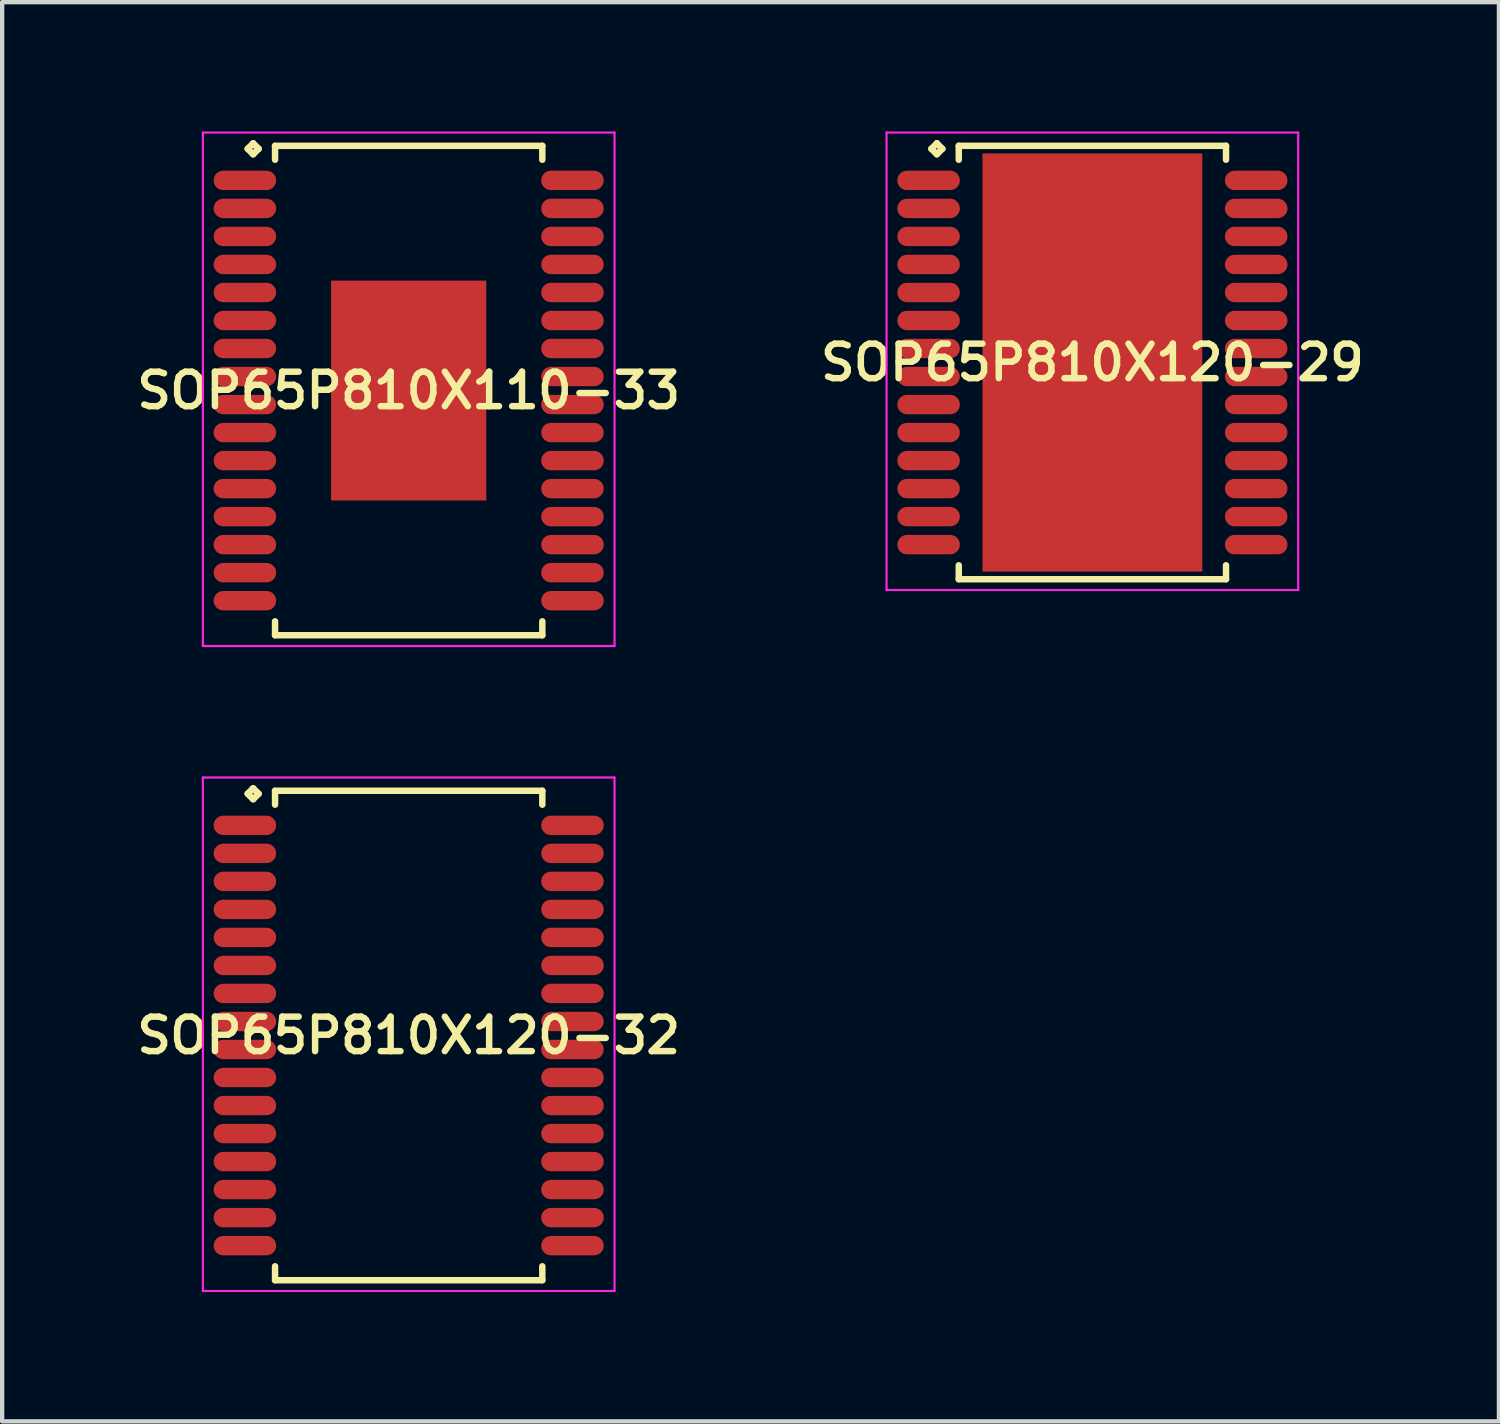
<source format=kicad_pcb>
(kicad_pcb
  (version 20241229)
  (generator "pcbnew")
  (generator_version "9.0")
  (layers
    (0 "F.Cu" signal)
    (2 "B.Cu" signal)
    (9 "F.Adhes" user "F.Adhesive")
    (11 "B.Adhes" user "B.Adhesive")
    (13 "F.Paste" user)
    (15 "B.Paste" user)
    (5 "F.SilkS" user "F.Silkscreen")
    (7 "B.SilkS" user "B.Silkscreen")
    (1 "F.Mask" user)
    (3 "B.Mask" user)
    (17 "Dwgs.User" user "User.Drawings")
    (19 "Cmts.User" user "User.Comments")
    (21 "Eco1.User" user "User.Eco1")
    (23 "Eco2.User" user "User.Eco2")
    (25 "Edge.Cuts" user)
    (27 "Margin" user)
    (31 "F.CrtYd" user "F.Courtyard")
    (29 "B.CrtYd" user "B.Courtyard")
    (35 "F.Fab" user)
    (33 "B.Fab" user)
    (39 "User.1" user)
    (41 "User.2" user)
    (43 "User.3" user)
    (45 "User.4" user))
  (footprint "SOP65P810X120-32"
    (layer "F.Cu")
    (at 6.431 20.972)
    (property "Reference" "SOP65P810X120-32" (at 0 0 0) (layer "F.SilkS") (effects (font (size 0.8 0.8) (thickness 0.15))))
    (attr smd)
    (fp_line (start -3.735 -5.608) (end -3.608 -5.735) (stroke (width 0.15) (type solid)) (layer "F.SilkS"))
    (fp_line (start -3.608 -5.735) (end -3.481 -5.608) (stroke (width 0.15) (type solid)) (layer "F.SilkS"))
    (fp_line (start -3.608 -5.481) (end -3.735 -5.608) (stroke (width 0.15) (type solid)) (layer "F.SilkS"))
    (fp_line (start -3.481 -5.608) (end -3.608 -5.481) (stroke (width 0.15) (type solid)) (layer "F.SilkS"))
    (fp_line (start -3.1 -5.677) (end 3.1 -5.677) (stroke (width 0.15) (type solid)) (layer "F.SilkS"))
    (fp_line (start -3.1 -5.354) (end -3.1 -5.677) (stroke (width 0.15) (type solid)) (layer "F.SilkS"))
    (fp_line (start -3.1 5.354) (end -3.1 5.677) (stroke (width 0.15) (type solid)) (layer "F.SilkS"))
    (fp_line (start -3.1 5.677) (end 3.1 5.677) (stroke (width 0.15) (type solid)) (layer "F.SilkS"))
    (fp_line (start 3.1 -5.677) (end 3.1 -5.354) (stroke (width 0.15) (type solid)) (layer "F.SilkS"))
    (fp_line (start 3.1 5.677) (end 3.1 5.354) (stroke (width 0.15) (type solid)) (layer "F.SilkS"))
    (fp_line (start -4.775 -5.985) (end 4.775 -5.985) (stroke (width 0.05) (type solid)) (layer "F.CrtYd"))
    (fp_line (start -4.775 5.927) (end -4.775 -5.985) (stroke (width 0.05) (type solid)) (layer "F.CrtYd"))
    (fp_line (start 4.775 -5.985) (end 4.775 5.927) (stroke (width 0.05) (type solid)) (layer "F.CrtYd"))
    (fp_line (start 4.775 5.927) (end -4.775 5.927) (stroke (width 0.05) (type solid)) (layer "F.CrtYd"))
    (pad "1" smd oval (at -3.8 -4.875) (size 1.45 0.45) (layers "F.Cu" "F.Mask" "F.Paste"))
    (pad "2" smd oval (at -3.8 -4.225) (size 1.45 0.45) (layers "F.Cu" "F.Mask" "F.Paste"))
    (pad "3" smd oval (at -3.8 -3.575) (size 1.45 0.45) (layers "F.Cu" "F.Mask" "F.Paste"))
    (pad "4" smd oval (at -3.8 -2.925) (size 1.45 0.45) (layers "F.Cu" "F.Mask" "F.Paste"))
    (pad "5" smd oval (at -3.8 -2.275) (size 1.45 0.45) (layers "F.Cu" "F.Mask" "F.Paste"))
    (pad "6" smd oval (at -3.8 -1.625) (size 1.45 0.45) (layers "F.Cu" "F.Mask" "F.Paste"))
    (pad "7" smd oval (at -3.8 -0.975) (size 1.45 0.45) (layers "F.Cu" "F.Mask" "F.Paste"))
    (pad "8" smd oval (at -3.8 -0.325) (size 1.45 0.45) (layers "F.Cu" "F.Mask" "F.Paste"))
    (pad "9" smd oval (at -3.8 0.325) (size 1.45 0.45) (layers "F.Cu" "F.Mask" "F.Paste"))
    (pad "10" smd oval (at -3.8 0.975) (size 1.45 0.45) (layers "F.Cu" "F.Mask" "F.Paste"))
    (pad "11" smd oval (at -3.8 1.625) (size 1.45 0.45) (layers "F.Cu" "F.Mask" "F.Paste"))
    (pad "12" smd oval (at -3.8 2.275) (size 1.45 0.45) (layers "F.Cu" "F.Mask" "F.Paste"))
    (pad "13" smd oval (at -3.8 2.925) (size 1.45 0.45) (layers "F.Cu" "F.Mask" "F.Paste"))
    (pad "14" smd oval (at -3.8 3.575) (size 1.45 0.45) (layers "F.Cu" "F.Mask" "F.Paste"))
    (pad "15" smd oval (at -3.8 4.225) (size 1.45 0.45) (layers "F.Cu" "F.Mask" "F.Paste"))
    (pad "16" smd oval (at -3.8 4.875) (size 1.45 0.45) (layers "F.Cu" "F.Mask" "F.Paste"))
    (pad "17" smd oval (at 3.8 4.875) (size 1.45 0.45) (layers "F.Cu" "F.Mask" "F.Paste"))
    (pad "18" smd oval (at 3.8 4.225) (size 1.45 0.45) (layers "F.Cu" "F.Mask" "F.Paste"))
    (pad "19" smd oval (at 3.8 3.575) (size 1.45 0.45) (layers "F.Cu" "F.Mask" "F.Paste"))
    (pad "20" smd oval (at 3.8 2.925) (size 1.45 0.45) (layers "F.Cu" "F.Mask" "F.Paste"))
    (pad "21" smd oval (at 3.8 2.275) (size 1.45 0.45) (layers "F.Cu" "F.Mask" "F.Paste"))
    (pad "22" smd oval (at 3.8 1.625) (size 1.45 0.45) (layers "F.Cu" "F.Mask" "F.Paste"))
    (pad "23" smd oval (at 3.8 0.975) (size 1.45 0.45) (layers "F.Cu" "F.Mask" "F.Paste"))
    (pad "24" smd oval (at 3.8 0.325) (size 1.45 0.45) (layers "F.Cu" "F.Mask" "F.Paste"))
    (pad "25" smd oval (at 3.8 -0.325) (size 1.45 0.45) (layers "F.Cu" "F.Mask" "F.Paste"))
    (pad "26" smd oval (at 3.8 -0.975) (size 1.45 0.45) (layers "F.Cu" "F.Mask" "F.Paste"))
    (pad "27" smd oval (at 3.8 -1.625) (size 1.45 0.45) (layers "F.Cu" "F.Mask" "F.Paste"))
    (pad "28" smd oval (at 3.8 -2.275) (size 1.45 0.45) (layers "F.Cu" "F.Mask" "F.Paste"))
    (pad "29" smd oval (at 3.8 -2.925) (size 1.45 0.45) (layers "F.Cu" "F.Mask" "F.Paste"))
    (pad "30" smd oval (at 3.8 -3.575) (size 1.45 0.45) (layers "F.Cu" "F.Mask" "F.Paste"))
    (pad "31" smd oval (at 3.8 -4.225) (size 1.45 0.45) (layers "F.Cu" "F.Mask" "F.Paste"))
    (pad "32" smd oval (at 3.8 -4.875) (size 1.45 0.45) (layers "F.Cu" "F.Mask" "F.Paste")))
  (footprint "SOP65P810X120-29"
    (layer "F.Cu")
    (at 22.292 5.36)
    (property "Reference" "SOP65P810X120-29" (at 0 0 0) (layer "F.SilkS") (effects (font (size 0.8 0.8) (thickness 0.15))))
    (attr smd)
    (fp_line (start -3.735 -4.958) (end -3.608 -5.085) (stroke (width 0.15) (type solid)) (layer "F.SilkS"))
    (fp_line (start -3.608 -5.085) (end -3.481 -4.958) (stroke (width 0.15) (type solid)) (layer "F.SilkS"))
    (fp_line (start -3.608 -4.831) (end -3.735 -4.958) (stroke (width 0.15) (type solid)) (layer "F.SilkS"))
    (fp_line (start -3.481 -4.958) (end -3.608 -4.831) (stroke (width 0.15) (type solid)) (layer "F.SilkS"))
    (fp_line (start -3.1 -5.027) (end 3.1 -5.027) (stroke (width 0.15) (type solid)) (layer "F.SilkS"))
    (fp_line (start -3.1 -4.704) (end -3.1 -5.027) (stroke (width 0.15) (type solid)) (layer "F.SilkS"))
    (fp_line (start -3.1 4.704) (end -3.1 5.027) (stroke (width 0.15) (type solid)) (layer "F.SilkS"))
    (fp_line (start -3.1 5.027) (end 3.1 5.027) (stroke (width 0.15) (type solid)) (layer "F.SilkS"))
    (fp_line (start 3.1 -5.027) (end 3.1 -4.704) (stroke (width 0.15) (type solid)) (layer "F.SilkS"))
    (fp_line (start 3.1 5.027) (end 3.1 4.704) (stroke (width 0.15) (type solid)) (layer "F.SilkS"))
    (fp_line (start -4.775 -5.335) (end 4.775 -5.335) (stroke (width 0.05) (type solid)) (layer "F.CrtYd"))
    (fp_line (start -4.775 5.277) (end -4.775 -5.335) (stroke (width 0.05) (type solid)) (layer "F.CrtYd"))
    (fp_line (start 4.775 -5.335) (end 4.775 5.277) (stroke (width 0.05) (type solid)) (layer "F.CrtYd"))
    (fp_line (start 4.775 5.277) (end -4.775 5.277) (stroke (width 0.05) (type solid)) (layer "F.CrtYd"))
    (pad "1" smd oval (at -3.8 -4.225) (size 1.45 0.45) (layers "F.Cu" "F.Mask" "F.Paste"))
    (pad "2" smd oval (at -3.8 -3.575) (size 1.45 0.45) (layers "F.Cu" "F.Mask" "F.Paste"))
    (pad "3" smd oval (at -3.8 -2.925) (size 1.45 0.45) (layers "F.Cu" "F.Mask" "F.Paste"))
    (pad "4" smd oval (at -3.8 -2.275) (size 1.45 0.45) (layers "F.Cu" "F.Mask" "F.Paste"))
    (pad "5" smd oval (at -3.8 -1.625) (size 1.45 0.45) (layers "F.Cu" "F.Mask" "F.Paste"))
    (pad "6" smd oval (at -3.8 -0.975) (size 1.45 0.45) (layers "F.Cu" "F.Mask" "F.Paste"))
    (pad "7" smd oval (at -3.8 -0.325) (size 1.45 0.45) (layers "F.Cu" "F.Mask" "F.Paste"))
    (pad "8" smd oval (at -3.8 0.325) (size 1.45 0.45) (layers "F.Cu" "F.Mask" "F.Paste"))
    (pad "9" smd oval (at -3.8 0.975) (size 1.45 0.45) (layers "F.Cu" "F.Mask" "F.Paste"))
    (pad "10" smd oval (at -3.8 1.625) (size 1.45 0.45) (layers "F.Cu" "F.Mask" "F.Paste"))
    (pad "11" smd oval (at -3.8 2.275) (size 1.45 0.45) (layers "F.Cu" "F.Mask" "F.Paste"))
    (pad "12" smd oval (at -3.8 2.925) (size 1.45 0.45) (layers "F.Cu" "F.Mask" "F.Paste"))
    (pad "13" smd oval (at -3.8 3.575) (size 1.45 0.45) (layers "F.Cu" "F.Mask" "F.Paste"))
    (pad "14" smd oval (at -3.8 4.225) (size 1.45 0.45) (layers "F.Cu" "F.Mask" "F.Paste"))
    (pad "15" smd oval (at 3.8 4.225) (size 1.45 0.45) (layers "F.Cu" "F.Mask" "F.Paste"))
    (pad "16" smd oval (at 3.8 3.575) (size 1.45 0.45) (layers "F.Cu" "F.Mask" "F.Paste"))
    (pad "17" smd oval (at 3.8 2.925) (size 1.45 0.45) (layers "F.Cu" "F.Mask" "F.Paste"))
    (pad "18" smd oval (at 3.8 2.275) (size 1.45 0.45) (layers "F.Cu" "F.Mask" "F.Paste"))
    (pad "19" smd oval (at 3.8 1.625) (size 1.45 0.45) (layers "F.Cu" "F.Mask" "F.Paste"))
    (pad "20" smd oval (at 3.8 0.975) (size 1.45 0.45) (layers "F.Cu" "F.Mask" "F.Paste"))
    (pad "21" smd oval (at 3.8 0.325) (size 1.45 0.45) (layers "F.Cu" "F.Mask" "F.Paste"))
    (pad "22" smd oval (at 3.8 -0.325) (size 1.45 0.45) (layers "F.Cu" "F.Mask" "F.Paste"))
    (pad "23" smd oval (at 3.8 -0.975) (size 1.45 0.45) (layers "F.Cu" "F.Mask" "F.Paste"))
    (pad "24" smd oval (at 3.8 -1.625) (size 1.45 0.45) (layers "F.Cu" "F.Mask" "F.Paste"))
    (pad "25" smd oval (at 3.8 -2.275) (size 1.45 0.45) (layers "F.Cu" "F.Mask" "F.Paste"))
    (pad "26" smd oval (at 3.8 -2.925) (size 1.45 0.45) (layers "F.Cu" "F.Mask" "F.Paste"))
    (pad "27" smd oval (at 3.8 -3.575) (size 1.45 0.45) (layers "F.Cu" "F.Mask" "F.Paste"))
    (pad "28" smd oval (at 3.8 -4.225) (size 1.45 0.45) (layers "F.Cu" "F.Mask" "F.Paste"))
    (pad "29" smd rect (at 0 0) (size 5.1 9.7) (layers "F.Cu" "F.Mask" "F.Paste")))
  (footprint "SOP65P810X110-33"
    (layer "F.Cu")
    (at 6.431 6.01)
    (property "Reference" "SOP65P810X110-33" (at 0 0 0) (layer "F.SilkS") (effects (font (size 0.8 0.8) (thickness 0.15))))
    (attr smd)
    (fp_line (start -3.735 -5.608) (end -3.608 -5.735) (stroke (width 0.15) (type solid)) (layer "F.SilkS"))
    (fp_line (start -3.608 -5.735) (end -3.481 -5.608) (stroke (width 0.15) (type solid)) (layer "F.SilkS"))
    (fp_line (start -3.608 -5.481) (end -3.735 -5.608) (stroke (width 0.15) (type solid)) (layer "F.SilkS"))
    (fp_line (start -3.481 -5.608) (end -3.608 -5.481) (stroke (width 0.15) (type solid)) (layer "F.SilkS"))
    (fp_line (start -3.1 -5.677) (end 3.1 -5.677) (stroke (width 0.15) (type solid)) (layer "F.SilkS"))
    (fp_line (start -3.1 -5.354) (end -3.1 -5.677) (stroke (width 0.15) (type solid)) (layer "F.SilkS"))
    (fp_line (start -3.1 5.354) (end -3.1 5.677) (stroke (width 0.15) (type solid)) (layer "F.SilkS"))
    (fp_line (start -3.1 5.677) (end 3.1 5.677) (stroke (width 0.15) (type solid)) (layer "F.SilkS"))
    (fp_line (start 3.1 -5.677) (end 3.1 -5.354) (stroke (width 0.15) (type solid)) (layer "F.SilkS"))
    (fp_line (start 3.1 5.677) (end 3.1 5.354) (stroke (width 0.15) (type solid)) (layer "F.SilkS"))
    (fp_line (start -4.775 -5.985) (end 4.775 -5.985) (stroke (width 0.05) (type solid)) (layer "F.CrtYd"))
    (fp_line (start -4.775 5.927) (end -4.775 -5.985) (stroke (width 0.05) (type solid)) (layer "F.CrtYd"))
    (fp_line (start 4.775 -5.985) (end 4.775 5.927) (stroke (width 0.05) (type solid)) (layer "F.CrtYd"))
    (fp_line (start 4.775 5.927) (end -4.775 5.927) (stroke (width 0.05) (type solid)) (layer "F.CrtYd"))
    (pad "1" smd oval (at -3.8 -4.875) (size 1.45 0.45) (layers "F.Cu" "F.Mask" "F.Paste"))
    (pad "2" smd oval (at -3.8 -4.225) (size 1.45 0.45) (layers "F.Cu" "F.Mask" "F.Paste"))
    (pad "3" smd oval (at -3.8 -3.575) (size 1.45 0.45) (layers "F.Cu" "F.Mask" "F.Paste"))
    (pad "4" smd oval (at -3.8 -2.925) (size 1.45 0.45) (layers "F.Cu" "F.Mask" "F.Paste"))
    (pad "5" smd oval (at -3.8 -2.275) (size 1.45 0.45) (layers "F.Cu" "F.Mask" "F.Paste"))
    (pad "6" smd oval (at -3.8 -1.625) (size 1.45 0.45) (layers "F.Cu" "F.Mask" "F.Paste"))
    (pad "7" smd oval (at -3.8 -0.975) (size 1.45 0.45) (layers "F.Cu" "F.Mask" "F.Paste"))
    (pad "8" smd oval (at -3.8 -0.325) (size 1.45 0.45) (layers "F.Cu" "F.Mask" "F.Paste"))
    (pad "9" smd oval (at -3.8 0.325) (size 1.45 0.45) (layers "F.Cu" "F.Mask" "F.Paste"))
    (pad "10" smd oval (at -3.8 0.975) (size 1.45 0.45) (layers "F.Cu" "F.Mask" "F.Paste"))
    (pad "11" smd oval (at -3.8 1.625) (size 1.45 0.45) (layers "F.Cu" "F.Mask" "F.Paste"))
    (pad "12" smd oval (at -3.8 2.275) (size 1.45 0.45) (layers "F.Cu" "F.Mask" "F.Paste"))
    (pad "13" smd oval (at -3.8 2.925) (size 1.45 0.45) (layers "F.Cu" "F.Mask" "F.Paste"))
    (pad "14" smd oval (at -3.8 3.575) (size 1.45 0.45) (layers "F.Cu" "F.Mask" "F.Paste"))
    (pad "15" smd oval (at -3.8 4.225) (size 1.45 0.45) (layers "F.Cu" "F.Mask" "F.Paste"))
    (pad "16" smd oval (at -3.8 4.875) (size 1.45 0.45) (layers "F.Cu" "F.Mask" "F.Paste"))
    (pad "17" smd oval (at 3.8 4.875) (size 1.45 0.45) (layers "F.Cu" "F.Mask" "F.Paste"))
    (pad "18" smd oval (at 3.8 4.225) (size 1.45 0.45) (layers "F.Cu" "F.Mask" "F.Paste"))
    (pad "19" smd oval (at 3.8 3.575) (size 1.45 0.45) (layers "F.Cu" "F.Mask" "F.Paste"))
    (pad "20" smd oval (at 3.8 2.925) (size 1.45 0.45) (layers "F.Cu" "F.Mask" "F.Paste"))
    (pad "21" smd oval (at 3.8 2.275) (size 1.45 0.45) (layers "F.Cu" "F.Mask" "F.Paste"))
    (pad "22" smd oval (at 3.8 1.625) (size 1.45 0.45) (layers "F.Cu" "F.Mask" "F.Paste"))
    (pad "23" smd oval (at 3.8 0.975) (size 1.45 0.45) (layers "F.Cu" "F.Mask" "F.Paste"))
    (pad "24" smd oval (at 3.8 0.325) (size 1.45 0.45) (layers "F.Cu" "F.Mask" "F.Paste"))
    (pad "25" smd oval (at 3.8 -0.325) (size 1.45 0.45) (layers "F.Cu" "F.Mask" "F.Paste"))
    (pad "26" smd oval (at 3.8 -0.975) (size 1.45 0.45) (layers "F.Cu" "F.Mask" "F.Paste"))
    (pad "27" smd oval (at 3.8 -1.625) (size 1.45 0.45) (layers "F.Cu" "F.Mask" "F.Paste"))
    (pad "28" smd oval (at 3.8 -2.275) (size 1.45 0.45) (layers "F.Cu" "F.Mask" "F.Paste"))
    (pad "29" smd oval (at 3.8 -2.925) (size 1.45 0.45) (layers "F.Cu" "F.Mask" "F.Paste"))
    (pad "30" smd oval (at 3.8 -3.575) (size 1.45 0.45) (layers "F.Cu" "F.Mask" "F.Paste"))
    (pad "31" smd oval (at 3.8 -4.225) (size 1.45 0.45) (layers "F.Cu" "F.Mask" "F.Paste"))
    (pad "32" smd oval (at 3.8 -4.875) (size 1.45 0.45) (layers "F.Cu" "F.Mask" "F.Paste"))
    (pad "33" smd rect (at 0 0) (size 3.6 5.1) (layers "F.Cu" "F.Mask" "F.Paste")))
  (gr_rect
    (start -3 -3)
    (end 31.723 29.924)
    (stroke (width 0.1) (type default))
    (fill no)
    (layer "Edge.Cuts")))
</source>
